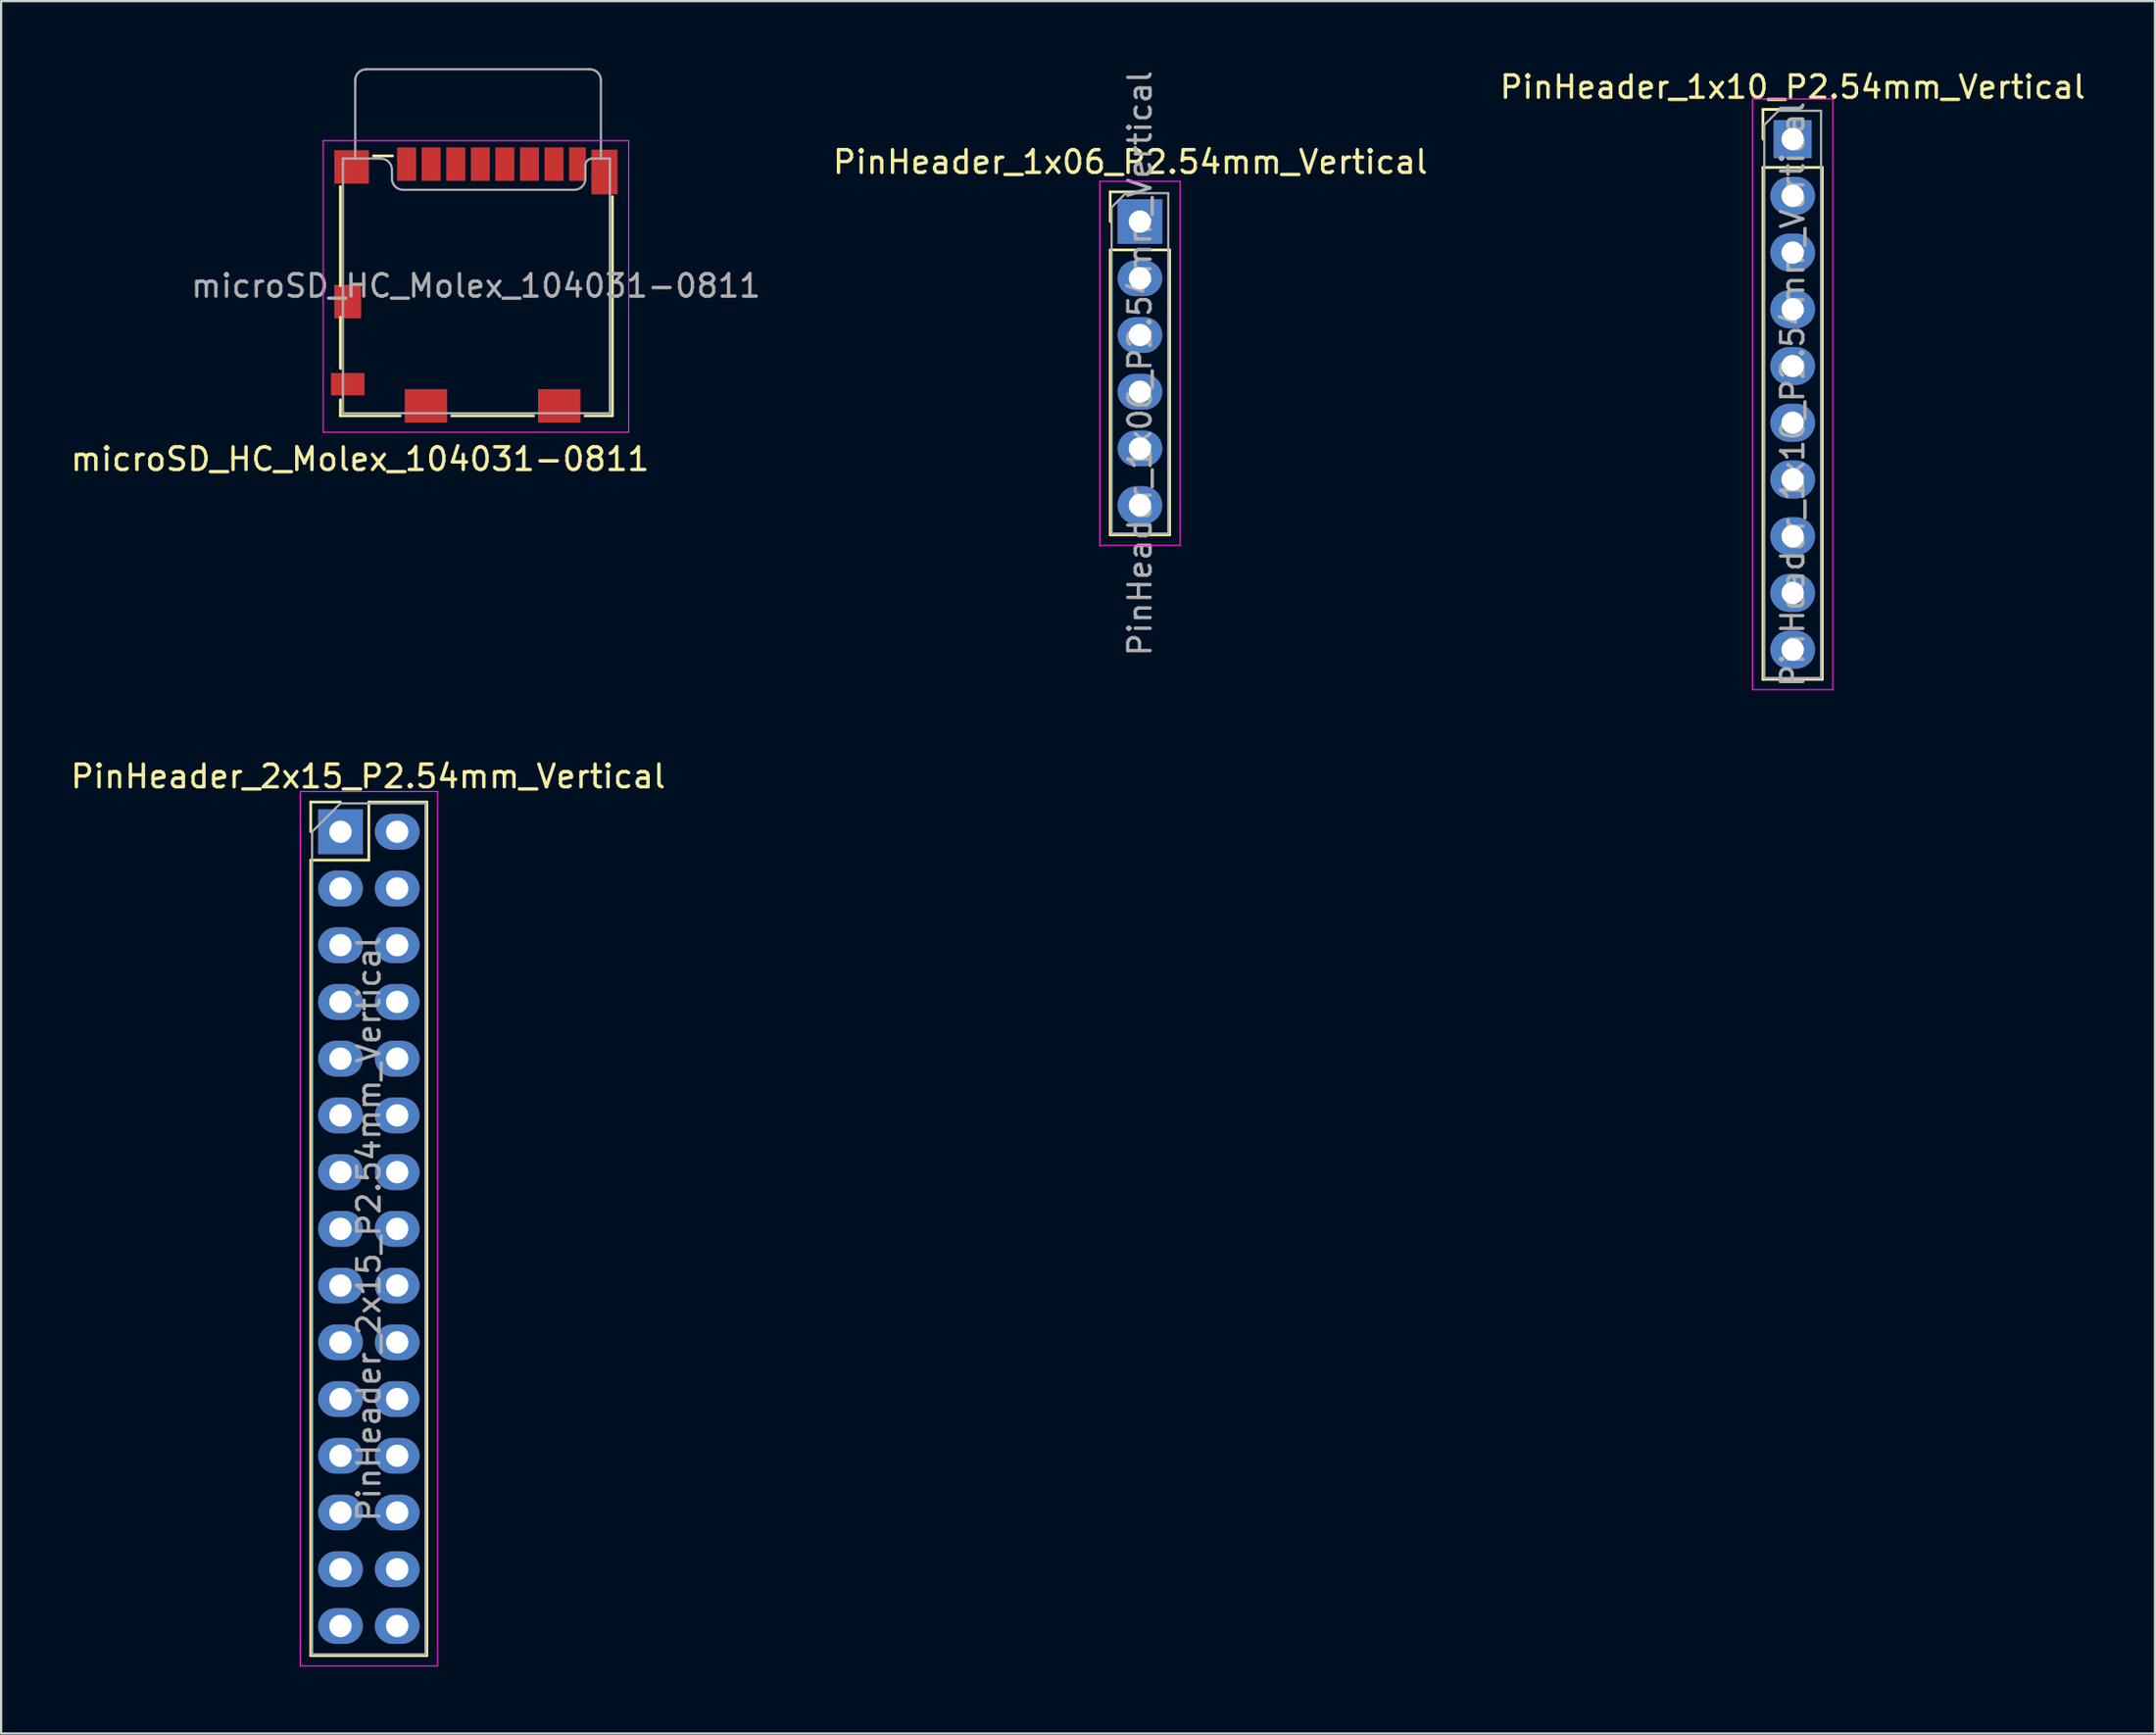
<source format=kicad_pcb>
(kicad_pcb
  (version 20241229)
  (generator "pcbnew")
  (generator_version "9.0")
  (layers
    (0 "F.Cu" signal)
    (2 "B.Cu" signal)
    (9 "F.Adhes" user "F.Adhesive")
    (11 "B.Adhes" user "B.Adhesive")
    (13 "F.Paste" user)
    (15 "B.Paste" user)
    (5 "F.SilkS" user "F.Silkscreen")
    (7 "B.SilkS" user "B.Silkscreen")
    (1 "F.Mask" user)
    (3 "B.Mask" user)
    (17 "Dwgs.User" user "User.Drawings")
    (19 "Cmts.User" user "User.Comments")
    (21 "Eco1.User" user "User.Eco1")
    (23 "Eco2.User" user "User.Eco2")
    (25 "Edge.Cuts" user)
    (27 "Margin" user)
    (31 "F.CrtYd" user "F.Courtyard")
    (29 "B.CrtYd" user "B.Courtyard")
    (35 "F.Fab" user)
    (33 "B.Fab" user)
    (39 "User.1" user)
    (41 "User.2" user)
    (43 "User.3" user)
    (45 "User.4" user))
  (footprint "PinHeader_1x10_P2.54mm_Vertical"
    (layer "F.Cu")
    (at 77.204 3.178)
    (property "Reference" "PinHeader_1x10_P2.54mm_Vertical" (at 0 -2.33 180) (layer "F.SilkS") (effects (font (size 1 1) (thickness 0.15))))
    (attr through_hole)
    (fp_line (start -1.33 -1.33) (end 0 -1.33) (stroke (width 0.12) (type solid)) (layer "F.SilkS"))
    (fp_line (start -1.33 0) (end -1.33 -1.33) (stroke (width 0.12) (type solid)) (layer "F.SilkS"))
    (fp_line (start -1.33 1.27) (end -1.33 24.19) (stroke (width 0.12) (type solid)) (layer "F.SilkS"))
    (fp_line (start -1.33 1.27) (end 1.33 1.27) (stroke (width 0.12) (type solid)) (layer "F.SilkS"))
    (fp_line (start -1.33 24.19) (end 1.33 24.19) (stroke (width 0.12) (type solid)) (layer "F.SilkS"))
    (fp_line (start 1.33 1.27) (end 1.33 24.19) (stroke (width 0.12) (type solid)) (layer "F.SilkS"))
    (fp_line (start -1.8 -1.8) (end -1.8 24.65) (stroke (width 0.05) (type solid)) (layer "F.CrtYd"))
    (fp_line (start -1.8 24.65) (end 1.8 24.65) (stroke (width 0.05) (type solid)) (layer "F.CrtYd"))
    (fp_line (start 1.8 -1.8) (end -1.8 -1.8) (stroke (width 0.05) (type solid)) (layer "F.CrtYd"))
    (fp_line (start 1.8 24.65) (end 1.8 -1.8) (stroke (width 0.05) (type solid)) (layer "F.CrtYd"))
    (fp_line (start -1.27 -0.635) (end -0.635 -1.27) (stroke (width 0.1) (type solid)) (layer "F.Fab"))
    (fp_line (start -1.27 24.13) (end -1.27 -0.635) (stroke (width 0.1) (type solid)) (layer "F.Fab"))
    (fp_line (start -0.635 -1.27) (end 1.27 -1.27) (stroke (width 0.1) (type solid)) (layer "F.Fab"))
    (fp_line (start 1.27 -1.27) (end 1.27 24.13) (stroke (width 0.1) (type solid)) (layer "F.Fab"))
    (fp_line (start 1.27 24.13) (end -1.27 24.13) (stroke (width 0.1) (type solid)) (layer "F.Fab"))
    (fp_text user "${REFERENCE}" (at 0 11.43 90) (layer "F.Fab") (effects (font (size 1 1) (thickness 0.15))))
    (pad "1" thru_hole rect (at 0 0) (size 1.7 1.7) (drill 1) (layers "*.Cu" "*.Mask"))
    (pad "2" thru_hole oval (at 0 2.54) (size 2 1.7) (drill 1) (layers "*.Cu" "*.Mask"))
    (pad "3" thru_hole oval (at 0 5.08) (size 2 1.7) (drill 1) (layers "*.Cu" "*.Mask"))
    (pad "4" thru_hole oval (at 0 7.62) (size 2 1.7) (drill 1) (layers "*.Cu" "*.Mask"))
    (pad "5" thru_hole oval (at 0 10.16) (size 2 1.7) (drill 1) (layers "*.Cu" "*.Mask"))
    (pad "6" thru_hole oval (at 0 12.7) (size 2 1.7) (drill 1) (layers "*.Cu" "*.Mask"))
    (pad "7" thru_hole oval (at 0 15.24) (size 2 1.7) (drill 1) (layers "*.Cu" "*.Mask"))
    (pad "8" thru_hole oval (at 0 17.78) (size 2 1.7) (drill 1) (layers "*.Cu" "*.Mask"))
    (pad "9" thru_hole oval (at 0 20.32) (size 2 1.7) (drill 1) (layers "*.Cu" "*.Mask"))
    (pad "10" thru_hole oval (at 0 22.86) (size 2 1.7) (drill 1) (layers "*.Cu" "*.Mask")))
  (footprint "PinHeader_1x06_P2.54mm_Vertical"
    (layer "F.Cu")
    (at 47.983 6.87)
    (property "Reference" "PinHeader_1x06_P2.54mm_Vertical" (at -0.432 -2.667 0) (layer "F.SilkS") (effects (font (size 1.016 1.016) (thickness 0.152))))
    (attr through_hole)
    (fp_line (start -1.33 -1.33) (end 0 -1.33) (stroke (width 0.12) (type solid)) (layer "F.SilkS"))
    (fp_line (start -1.33 0) (end -1.33 -1.33) (stroke (width 0.12) (type solid)) (layer "F.SilkS"))
    (fp_line (start -1.33 1.27) (end -1.33 14.03) (stroke (width 0.12) (type solid)) (layer "F.SilkS"))
    (fp_line (start -1.33 1.27) (end 1.33 1.27) (stroke (width 0.12) (type solid)) (layer "F.SilkS"))
    (fp_line (start -1.33 14.03) (end 1.33 14.03) (stroke (width 0.12) (type solid)) (layer "F.SilkS"))
    (fp_line (start 1.33 1.27) (end 1.33 14.03) (stroke (width 0.12) (type solid)) (layer "F.SilkS"))
    (fp_line (start -1.8 -1.8) (end -1.8 14.5) (stroke (width 0.05) (type solid)) (layer "F.CrtYd"))
    (fp_line (start -1.8 14.5) (end 1.8 14.5) (stroke (width 0.05) (type solid)) (layer "F.CrtYd"))
    (fp_line (start 1.8 -1.8) (end -1.8 -1.8) (stroke (width 0.05) (type solid)) (layer "F.CrtYd"))
    (fp_line (start 1.8 14.5) (end 1.8 -1.8) (stroke (width 0.05) (type solid)) (layer "F.CrtYd"))
    (fp_line (start -1.27 -0.635) (end -0.635 -1.27) (stroke (width 0.1) (type solid)) (layer "F.Fab"))
    (fp_line (start -1.27 13.97) (end -1.27 -0.635) (stroke (width 0.1) (type solid)) (layer "F.Fab"))
    (fp_line (start -0.635 -1.27) (end 1.27 -1.27) (stroke (width 0.1) (type solid)) (layer "F.Fab"))
    (fp_line (start 1.27 -1.27) (end 1.27 13.97) (stroke (width 0.1) (type solid)) (layer "F.Fab"))
    (fp_line (start 1.27 13.97) (end -1.27 13.97) (stroke (width 0.1) (type solid)) (layer "F.Fab"))
    (fp_text user "${REFERENCE}" (at 0 6.35 90) (layer "F.Fab") (effects (font (size 1 1) (thickness 0.15))))
    (pad "1" thru_hole rect (at 0 0) (size 2 2) (drill 1) (layers "*.Cu" "*.Mask"))
    (pad "2" thru_hole oval (at 0 2.54) (size 2 1.6) (drill 1) (layers "*.Cu" "*.Mask"))
    (pad "3" thru_hole oval (at 0 5.08) (size 2 1.6) (drill 1) (layers "*.Cu" "*.Mask"))
    (pad "4" thru_hole oval (at 0 7.62) (size 2 1.6) (drill 1) (layers "*.Cu" "*.Mask"))
    (pad "5" thru_hole oval (at 0 10.16) (size 2 1.6) (drill 1) (layers "*.Cu" "*.Mask"))
    (pad "6" thru_hole oval (at 0 12.7) (size 2 1.7) (drill 1) (layers "*.Cu" "*.Mask")))
  (footprint "microSD_HC_Molex_104031-0811"
    (layer "F.Cu")
    (at 18.257 9.75)
    (property "Reference" "microSD_HC_Molex_104031-0811" (at -5.188 7.758 0) (layer "F.SilkS") (effects (font (size 1.016 1.016) (thickness 0.152))))
    (attr smd)
    (fp_line (start -6.07 -4.45) (end -6.07 0) (stroke (width 0.12) (type solid)) (layer "F.SilkS"))
    (fp_line (start -6.07 1.4) (end -6.07 3.7) (stroke (width 0.12) (type solid)) (layer "F.SilkS"))
    (fp_line (start -6.07 5.1) (end -6.07 5.82) (stroke (width 0.12) (type solid)) (layer "F.SilkS"))
    (fp_line (start -6.07 5.82) (end -3.39 5.82) (stroke (width 0.12) (type solid)) (layer "F.SilkS"))
    (fp_line (start -4.59 -5.82) (end -3.73 -5.82) (stroke (width 0.12) (type solid)) (layer "F.SilkS"))
    (fp_line (start -1.09 5.82) (end 2.58 5.82) (stroke (width 0.12) (type solid)) (layer "F.SilkS"))
    (fp_line (start 4.88 5.82) (end 6.11 5.82) (stroke (width 0.12) (type solid)) (layer "F.SilkS"))
    (fp_line (start 6.11 5.82) (end 6.11 -4) (stroke (width 0.12) (type solid)) (layer "F.SilkS"))
    (fp_line (start -6.84 -6.5) (end 6.84 -6.5) (stroke (width 0.05) (type solid)) (layer "F.CrtYd"))
    (fp_line (start -6.84 6.55) (end -6.84 -6.5) (stroke (width 0.05) (type solid)) (layer "F.CrtYd"))
    (fp_line (start 6.84 -6.5) (end 6.84 6.55) (stroke (width 0.05) (type solid)) (layer "F.CrtYd"))
    (fp_line (start 6.84 6.55) (end -6.84 6.55) (stroke (width 0.05) (type solid)) (layer "F.CrtYd"))
    (fp_line (start -5.955 -5.7) (end -5.955 5.7) (stroke (width 0.1) (type solid)) (layer "F.Fab"))
    (fp_line (start -5.955 -5.7) (end -4.26 -5.7) (stroke (width 0.1) (type solid)) (layer "F.Fab"))
    (fp_line (start -5.405 -9.2) (end -5.405 -5.7) (stroke (width 0.1) (type solid)) (layer "F.Fab"))
    (fp_line (start -4.905 -9.7) (end 5.095 -9.7) (stroke (width 0.1) (type solid)) (layer "F.Fab"))
    (fp_line (start -3.76 -4.8) (end -3.76 -5.2) (stroke (width 0.1) (type solid)) (layer "F.Fab"))
    (fp_line (start 4.4 -4.3) (end -3.26 -4.3) (stroke (width 0.1) (type solid)) (layer "F.Fab"))
    (fp_line (start 4.9 -5.4) (end 4.9 -4.8) (stroke (width 0.1) (type solid)) (layer "F.Fab"))
    (fp_line (start 5.595 -5.7) (end 5.595 -9.2) (stroke (width 0.1) (type solid)) (layer "F.Fab"))
    (fp_line (start 5.995 -5.7) (end 5.21 -5.7) (stroke (width 0.1) (type solid)) (layer "F.Fab"))
    (fp_line (start 5.995 5.7) (end -5.955 5.7) (stroke (width 0.1) (type solid)) (layer "F.Fab"))
    (fp_line (start 5.995 5.7) (end 5.995 -5.7) (stroke (width 0.1) (type solid)) (layer "F.Fab"))
    (fp_arc (start -5.405 -9.2) (mid -5.258553 -9.553553) (end -4.905 -9.7) (stroke (width 0.1) (type solid)) (layer "F.Fab"))
    (fp_arc (start -4.26 -5.7) (mid -3.906447 -5.553553) (end -3.76 -5.2) (stroke (width 0.1) (type solid)) (layer "F.Fab"))
    (fp_arc (start -3.26 -4.3) (mid -3.613553 -4.446447) (end -3.76 -4.8) (stroke (width 0.1) (type solid)) (layer "F.Fab"))
    (fp_arc (start 4.9 -5.4) (mid 4.987868 -5.612132) (end 5.2 -5.7) (stroke (width 0.1) (type solid)) (layer "F.Fab"))
    (fp_arc (start 4.9 -4.8) (mid 4.753553 -4.446447) (end 4.4 -4.3) (stroke (width 0.1) (type solid)) (layer "F.Fab"))
    (fp_arc (start 5.095 -9.7) (mid 5.448553 -9.553553) (end 5.595 -9.2) (stroke (width 0.1) (type solid)) (layer "F.Fab"))
    (fp_text user "${REFERENCE}" (at 0 0 0) (layer "F.Fab") (effects (font (size 1 1) (thickness 0.15))))
    (pad "1" smd rect (at -3.105 -5.45) (size 0.85 1.5) (layers "F.Cu" "F.Mask" "F.Paste"))
    (pad "2" smd rect (at -2.005 -5.45) (size 0.85 1.5) (layers "F.Cu" "F.Mask" "F.Paste"))
    (pad "3" smd rect (at -0.905 -5.45) (size 0.85 1.5) (layers "F.Cu" "F.Mask" "F.Paste"))
    (pad "4" smd rect (at 0.195 -5.45) (size 0.85 1.5) (layers "F.Cu" "F.Mask" "F.Paste"))
    (pad "5" smd rect (at 1.295 -5.45) (size 0.85 1.5) (layers "F.Cu" "F.Mask" "F.Paste"))
    (pad "6" smd rect (at 2.395 -5.45) (size 0.85 1.5) (layers "F.Cu" "F.Mask" "F.Paste"))
    (pad "7" smd rect (at 3.495 -5.45) (size 0.85 1.5) (layers "F.Cu" "F.Mask" "F.Paste"))
    (pad "8" smd rect (at 4.545 -5.45) (size 0.75 1.5) (layers "F.Cu" "F.Mask" "F.Paste"))
    (pad "9" smd rect (at -5.74 0.7) (size 1.2 1.5) (layers "F.Cu" "F.Mask" "F.Paste"))
    (pad "10" smd rect (at -5.74 4.4) (size 1.5 1) (layers "F.Cu" "F.Mask" "F.Paste"))
    (pad "11" smd rect (at -5.565 -5.325) (size 1.55 1.5) (layers "F.Cu" "F.Mask" "F.Paste"))
    (pad "11" smd rect (at -2.24 5.375) (size 1.9 1.5) (layers "F.Cu" "F.Mask" "F.Paste"))
    (pad "11" smd rect (at 3.73 5.375) (size 1.9 1.5) (layers "F.Cu" "F.Mask" "F.Paste"))
    (pad "11" smd rect (at 5.755 -5.1) (size 1.17 2) (layers "F.Cu" "F.Mask" "F.Paste")))
  (footprint "PinHeader_2x15_P2.54mm_Vertical"
    (layer "F.Cu")
    (at 12.192 34.191)
    (property "Reference" "PinHeader_2x15_P2.54mm_Vertical" (at 1.239 -2.476 0) (layer "F.SilkS") (effects (font (size 1.016 1.016) (thickness 0.152))))
    (attr through_hole)
    (fp_line (start -1.33 -1.33) (end 0 -1.33) (stroke (width 0.12) (type solid)) (layer "F.SilkS"))
    (fp_line (start -1.33 0) (end -1.33 -1.33) (stroke (width 0.12) (type solid)) (layer "F.SilkS"))
    (fp_line (start -1.33 1.27) (end -1.33 36.89) (stroke (width 0.12) (type solid)) (layer "F.SilkS"))
    (fp_line (start -1.33 1.27) (end 1.27 1.27) (stroke (width 0.12) (type solid)) (layer "F.SilkS"))
    (fp_line (start -1.33 36.89) (end 3.87 36.89) (stroke (width 0.12) (type solid)) (layer "F.SilkS"))
    (fp_line (start 1.27 -1.33) (end 3.87 -1.33) (stroke (width 0.12) (type solid)) (layer "F.SilkS"))
    (fp_line (start 1.27 1.27) (end 1.27 -1.33) (stroke (width 0.12) (type solid)) (layer "F.SilkS"))
    (fp_line (start 3.87 -1.33) (end 3.87 36.89) (stroke (width 0.12) (type solid)) (layer "F.SilkS"))
    (fp_line (start -1.8 -1.8) (end -1.8 37.35) (stroke (width 0.05) (type solid)) (layer "F.CrtYd"))
    (fp_line (start -1.8 37.35) (end 4.35 37.35) (stroke (width 0.05) (type solid)) (layer "F.CrtYd"))
    (fp_line (start 4.35 -1.8) (end -1.8 -1.8) (stroke (width 0.05) (type solid)) (layer "F.CrtYd"))
    (fp_line (start 4.35 37.35) (end 4.35 -1.8) (stroke (width 0.05) (type solid)) (layer "F.CrtYd"))
    (fp_line (start -1.27 0) (end 0 -1.27) (stroke (width 0.1) (type solid)) (layer "F.Fab"))
    (fp_line (start -1.27 36.83) (end -1.27 0) (stroke (width 0.1) (type solid)) (layer "F.Fab"))
    (fp_line (start 0 -1.27) (end 3.81 -1.27) (stroke (width 0.1) (type solid)) (layer "F.Fab"))
    (fp_line (start 3.81 -1.27) (end 3.81 36.83) (stroke (width 0.1) (type solid)) (layer "F.Fab"))
    (fp_line (start 3.81 36.83) (end -1.27 36.83) (stroke (width 0.1) (type solid)) (layer "F.Fab"))
    (fp_text user "${REFERENCE}" (at 1.27 17.78 90) (layer "F.Fab") (effects (font (size 1 1) (thickness 0.15))))
    (pad "1" thru_hole rect (at 0 0) (size 2 2) (drill 1) (layers "*.Cu" "*.Mask"))
    (pad "2" thru_hole oval (at 2.54 0) (size 2 1.6) (drill 1) (layers "*.Cu" "*.Mask"))
    (pad "3" thru_hole oval (at 0 2.54) (size 2 1.6) (drill 1) (layers "*.Cu" "*.Mask"))
    (pad "4" thru_hole oval (at 2.54 2.54) (size 2 1.6) (drill 1) (layers "*.Cu" "*.Mask"))
    (pad "5" thru_hole oval (at 0 5.08) (size 2 1.6) (drill 1) (layers "*.Cu" "*.Mask"))
    (pad "6" thru_hole oval (at 2.54 5.08) (size 2 1.6) (drill 1) (layers "*.Cu" "*.Mask"))
    (pad "7" thru_hole oval (at 0 7.62) (size 2 1.6) (drill 1) (layers "*.Cu" "*.Mask"))
    (pad "8" thru_hole oval (at 2.54 7.62) (size 2 1.6) (drill 1) (layers "*.Cu" "*.Mask"))
    (pad "9" thru_hole oval (at 0 10.16) (size 2 1.6) (drill 1) (layers "*.Cu" "*.Mask"))
    (pad "10" thru_hole oval (at 2.54 10.16) (size 2 1.6) (drill 1) (layers "*.Cu" "*.Mask"))
    (pad "11" thru_hole oval (at 0 12.7) (size 2 1.6) (drill 1) (layers "*.Cu" "*.Mask"))
    (pad "12" thru_hole oval (at 2.54 12.7) (size 2 1.6) (drill 1) (layers "*.Cu" "*.Mask"))
    (pad "13" thru_hole oval (at 0 15.24) (size 2 1.6) (drill 1) (layers "*.Cu" "*.Mask"))
    (pad "14" thru_hole oval (at 2.54 15.24) (size 2 1.6) (drill 1) (layers "*.Cu" "*.Mask"))
    (pad "15" thru_hole oval (at 0 17.78) (size 2 1.6) (drill 1) (layers "*.Cu" "*.Mask"))
    (pad "16" thru_hole oval (at 2.54 17.78) (size 2 1.6) (drill 1) (layers "*.Cu" "*.Mask"))
    (pad "17" thru_hole oval (at 0 20.32) (size 2 1.6) (drill 1) (layers "*.Cu" "*.Mask"))
    (pad "18" thru_hole oval (at 2.54 20.32) (size 2 1.6) (drill 1) (layers "*.Cu" "*.Mask"))
    (pad "19" thru_hole oval (at 0 22.86) (size 2 1.6) (drill 1) (layers "*.Cu" "*.Mask"))
    (pad "20" thru_hole oval (at 2.54 22.86) (size 2 1.6) (drill 1) (layers "*.Cu" "*.Mask"))
    (pad "21" thru_hole oval (at 0 25.4) (size 2 1.6) (drill 1) (layers "*.Cu" "*.Mask"))
    (pad "22" thru_hole oval (at 2.54 25.4) (size 2 1.6) (drill 1) (layers "*.Cu" "*.Mask"))
    (pad "23" thru_hole oval (at 0 27.94) (size 2 1.6) (drill 1) (layers "*.Cu" "*.Mask"))
    (pad "24" thru_hole oval (at 2.54 27.94) (size 2 1.6) (drill 1) (layers "*.Cu" "*.Mask"))
    (pad "25" thru_hole oval (at 0 30.48) (size 2 1.6) (drill 1) (layers "*.Cu" "*.Mask"))
    (pad "26" thru_hole oval (at 2.54 30.48) (size 2 1.6) (drill 1) (layers "*.Cu" "*.Mask"))
    (pad "27" thru_hole oval (at 0 33.02) (size 2 1.6) (drill 1) (layers "*.Cu" "*.Mask"))
    (pad "28" thru_hole oval (at 2.54 33.02) (size 2 1.6) (drill 1) (layers "*.Cu" "*.Mask"))
    (pad "29" thru_hole oval (at 0 35.56) (size 2 1.6) (drill 1) (layers "*.Cu" "*.Mask"))
    (pad "30" thru_hole oval (at 2.54 35.56) (size 2 1.6) (drill 1) (layers "*.Cu" "*.Mask")))
  (gr_rect
    (start -3 -3)
    (end 93.424 74.566)
    (stroke (width 0.1) (type default))
    (fill no)
    (layer "Edge.Cuts")))
</source>
